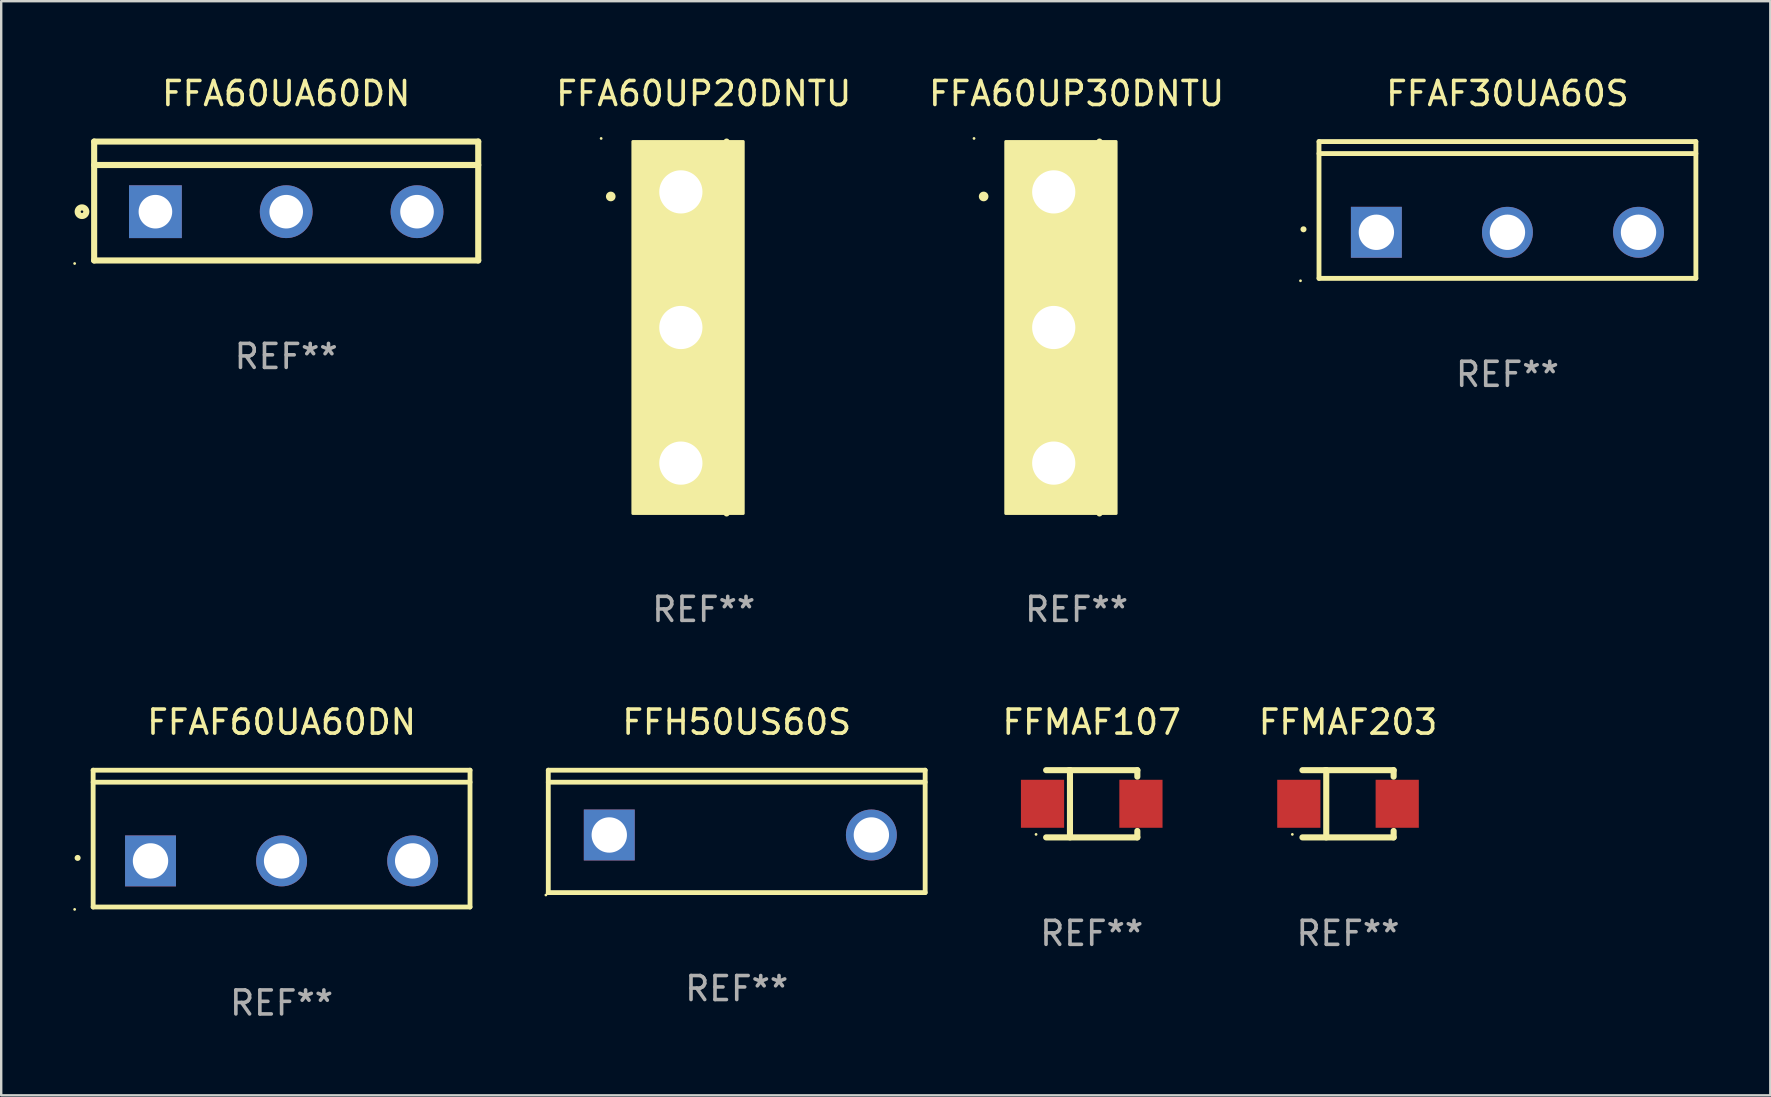
<source format=kicad_pcb>
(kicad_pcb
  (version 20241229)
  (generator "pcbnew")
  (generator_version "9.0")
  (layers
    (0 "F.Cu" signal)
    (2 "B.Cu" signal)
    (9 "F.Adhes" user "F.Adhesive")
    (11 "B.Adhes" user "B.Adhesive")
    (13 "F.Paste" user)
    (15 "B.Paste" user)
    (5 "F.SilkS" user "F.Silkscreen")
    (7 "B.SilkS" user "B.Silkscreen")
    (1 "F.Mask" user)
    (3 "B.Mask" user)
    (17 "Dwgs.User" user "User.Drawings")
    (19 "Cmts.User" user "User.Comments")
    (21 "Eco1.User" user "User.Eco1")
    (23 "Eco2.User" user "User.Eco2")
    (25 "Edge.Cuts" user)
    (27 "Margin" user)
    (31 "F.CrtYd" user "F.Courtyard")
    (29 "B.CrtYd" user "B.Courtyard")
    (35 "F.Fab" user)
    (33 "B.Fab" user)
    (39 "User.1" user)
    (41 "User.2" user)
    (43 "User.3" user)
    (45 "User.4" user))
  (footprint "FFA60UP30DNTU"
    (layer "F.Cu")
    (at 41.806 10.595)
    (property "Reference" "FFA60UP30DNTU" (at 0 -9.747 0) (layer "F.SilkS") (effects (font (size 1 1) (thickness 0.15))))
    (attr through_hole)
    (fp_line (start 0.953 7.747) (end 0.953 -7.747) (stroke (width 0.254) (type solid)) (layer "F.SilkS"))
    (fp_arc (start -3.873508 -5.458471) (mid -3.873512 -5.459741) (end -3.873508 -5.461011) (stroke (width 0.4) (type solid)) (layer "F.SilkS"))
    (fp_circle (center -4.274 -7.877) (end -4.244 -7.877) (stroke (width 0.06) (type solid)) (fill no) (layer "F.SilkS"))
    (fp_poly (pts (xy -2.953 -7.75) (xy 1.647 -7.75) (xy 1.647 7.75) (xy -2.953 7.75)) (stroke (width 0.12) (type solid)) (fill yes) (layer "F.SilkS"))
    (fp_text user "REF**" (at 0 11.747 0) (layer "F.Fab") (effects (font (size 1 1) (thickness 0.15))))
    (pad "1" thru_hole rect (at -0.953 -5.65 270) (size 3 3) (drill 1.8) (layers "*.Cu" "*.Mask"))
    (pad "2" thru_hole circle (at -0.953 0 270) (size 3 3) (drill 1.8) (layers "*.Cu" "*.Mask"))
    (pad "3" thru_hole circle (at -0.953 5.65 270) (size 3 3) (drill 1.8) (layers "*.Cu" "*.Mask")))
  (footprint "FFMAF107"
    (layer "F.Cu")
    (at 42.436 30.439)
    (property "Reference" "FFMAF107" (at 0 -3.4 0) (layer "F.SilkS") (effects (font (size 1 1) (thickness 0.15))))
    (attr through_hole)
    (fp_line (start -1.9 -1.4) (end 1.9 -1.4) (stroke (width 0.254) (type solid)) (layer "F.SilkS"))
    (fp_line (start -1.9 1.4) (end 1.9 1.4) (stroke (width 0.254) (type solid)) (layer "F.SilkS"))
    (fp_line (start -0.954 -1.4) (end -0.907 -1.4) (stroke (width 0.254) (type solid)) (layer "F.SilkS"))
    (fp_line (start -0.907 -1.4) (end -0.907 1.4) (stroke (width 0.254) (type solid)) (layer "F.SilkS"))
    (fp_line (start 1.9 -1.4) (end 1.9 -1.131) (stroke (width 0.254) (type solid)) (layer "F.SilkS"))
    (fp_line (start 1.9 1.131) (end 1.9 1.4) (stroke (width 0.254) (type solid)) (layer "F.SilkS"))
    (fp_circle (center -2.32 1.275) (end -2.29 1.275) (stroke (width 0.06) (type solid)) (fill no) (layer "F.SilkS"))
    (fp_text user "REF**" (at 0 5.4 0) (layer "F.Fab") (effects (font (size 1 1) (thickness 0.15))))
    (pad "1" smd rect (at -2.05 0 180) (size 1.8 2) (layers "F.Cu" "F.Mask" "F.Paste"))
    (pad "2" smd rect (at 2.05 0 180) (size 1.8 2) (layers "F.Cu" "F.Mask" "F.Paste")))
  (footprint "FFAF60UA60DN"
    (layer "F.Cu")
    (at 8.682 31.889)
    (property "Reference" "FFAF60UA60DN" (at 0 -4.85 0) (layer "F.SilkS") (effects (font (size 1 1) (thickness 0.15))))
    (attr through_hole)
    (fp_line (start -7.851 -2.85) (end -7.851 2.85) (stroke (width 0.201) (type solid)) (layer "F.SilkS"))
    (fp_line (start 7.851 -2.85) (end -7.851 -2.85) (stroke (width 0.201) (type solid)) (layer "F.SilkS"))
    (fp_line (start 7.851 -2.35) (end -7.851 -2.35) (stroke (width 0.201) (type solid)) (layer "F.SilkS"))
    (fp_line (start 7.851 2.85) (end -7.851 2.85) (stroke (width 0.201) (type solid)) (layer "F.SilkS"))
    (fp_line (start 7.851 2.85) (end 7.851 -2.85) (stroke (width 0.201) (type solid)) (layer "F.SilkS"))
    (fp_arc (start -8.498857 0.805182) (mid -8.497587 0.805176) (end -8.496317 0.805182) (stroke (width 0.24892) (type solid)) (layer "F.SilkS"))
    (fp_circle (center -8.622 2.95) (end -8.592 2.95) (stroke (width 0.06) (type solid)) (fill no) (layer "F.SilkS"))
    (fp_text user "REF**" (at 0 6.85 0) (layer "F.Fab") (effects (font (size 1 1) (thickness 0.15))))
    (pad "1" thru_hole rect (at -5.461 0.93 90) (size 2.121 2.121) (drill 1.473) (layers "*.Cu" "*.Mask"))
    (pad "2" thru_hole circle (at 0 0.93) (size 2.121 2.121) (drill 1.473) (layers "*.Cu" "*.Mask"))
    (pad "3" thru_hole circle (at 5.461 0.93) (size 2.121 2.121) (drill 1.473) (layers "*.Cu" "*.Mask")))
  (footprint "FFMAF203"
    (layer "F.Cu")
    (at 53.114 30.439)
    (property "Reference" "FFMAF203" (at 0 -3.4 0) (layer "F.SilkS") (effects (font (size 1 1) (thickness 0.15))))
    (attr through_hole)
    (fp_line (start -1.9 -1.4) (end 1.9 -1.4) (stroke (width 0.254) (type solid)) (layer "F.SilkS"))
    (fp_line (start -1.9 1.4) (end 1.9 1.4) (stroke (width 0.254) (type solid)) (layer "F.SilkS"))
    (fp_line (start -0.954 -1.4) (end -0.907 -1.4) (stroke (width 0.254) (type solid)) (layer "F.SilkS"))
    (fp_line (start -0.907 -1.4) (end -0.907 1.4) (stroke (width 0.254) (type solid)) (layer "F.SilkS"))
    (fp_line (start 1.9 -1.4) (end 1.9 -1.131) (stroke (width 0.254) (type solid)) (layer "F.SilkS"))
    (fp_line (start 1.9 1.131) (end 1.9 1.4) (stroke (width 0.254) (type solid)) (layer "F.SilkS"))
    (fp_circle (center -2.32 1.275) (end -2.29 1.275) (stroke (width 0.06) (type solid)) (fill no) (layer "F.SilkS"))
    (fp_text user "REF**" (at 0 5.4 0) (layer "F.Fab") (effects (font (size 1 1) (thickness 0.15))))
    (pad "1" smd rect (at -2.05 0 180) (size 1.8 2) (layers "F.Cu" "F.Mask" "F.Paste"))
    (pad "2" smd rect (at 2.05 0 180) (size 1.8 2) (layers "F.Cu" "F.Mask" "F.Paste")))
  (footprint "FFAF30UA60S"
    (layer "F.Cu")
    (at 59.756 5.698)
    (property "Reference" "FFAF30UA60S" (at 0 -4.85 0) (layer "F.SilkS") (effects (font (size 1 1) (thickness 0.15))))
    (attr through_hole)
    (fp_line (start -7.851 -2.85) (end -7.851 2.85) (stroke (width 0.201) (type solid)) (layer "F.SilkS"))
    (fp_line (start 7.851 -2.85) (end -7.851 -2.85) (stroke (width 0.201) (type solid)) (layer "F.SilkS"))
    (fp_line (start 7.851 -2.35) (end -7.851 -2.35) (stroke (width 0.201) (type solid)) (layer "F.SilkS"))
    (fp_line (start 7.851 2.85) (end -7.851 2.85) (stroke (width 0.201) (type solid)) (layer "F.SilkS"))
    (fp_line (start 7.851 2.85) (end 7.851 -2.85) (stroke (width 0.201) (type solid)) (layer "F.SilkS"))
    (fp_arc (start -8.498857 0.805182) (mid -8.497587 0.805176) (end -8.496317 0.805182) (stroke (width 0.24892) (type solid)) (layer "F.SilkS"))
    (fp_circle (center -8.622 2.95) (end -8.592 2.95) (stroke (width 0.06) (type solid)) (fill no) (layer "F.SilkS"))
    (fp_text user "REF**" (at 0 6.85 0) (layer "F.Fab") (effects (font (size 1 1) (thickness 0.15))))
    (pad "1" thru_hole rect (at -5.461 0.93 90) (size 2.121 2.121) (drill 1.473) (layers "*.Cu" "*.Mask"))
    (pad "2" thru_hole circle (at 0 0.93) (size 2.121 2.121) (drill 1.473) (layers "*.Cu" "*.Mask"))
    (pad "3" thru_hole circle (at 5.461 0.93) (size 2.121 2.121) (drill 1.473) (layers "*.Cu" "*.Mask")))
  (footprint "FFA60UP20DNTU"
    (layer "F.Cu")
    (at 26.27 10.595)
    (property "Reference" "FFA60UP20DNTU" (at 0 -9.747 0) (layer "F.SilkS") (effects (font (size 1 1) (thickness 0.15))))
    (attr through_hole)
    (fp_line (start 0.953 7.747) (end 0.953 -7.747) (stroke (width 0.254) (type solid)) (layer "F.SilkS"))
    (fp_arc (start -3.873508 -5.458471) (mid -3.873512 -5.459741) (end -3.873508 -5.461011) (stroke (width 0.4) (type solid)) (layer "F.SilkS"))
    (fp_circle (center -4.274 -7.877) (end -4.244 -7.877) (stroke (width 0.06) (type solid)) (fill no) (layer "F.SilkS"))
    (fp_poly (pts (xy -2.953 -7.75) (xy 1.647 -7.75) (xy 1.647 7.75) (xy -2.953 7.75)) (stroke (width 0.12) (type solid)) (fill yes) (layer "F.SilkS"))
    (fp_text user "REF**" (at 0 11.747 0) (layer "F.Fab") (effects (font (size 1 1) (thickness 0.15))))
    (pad "1" thru_hole rect (at -0.953 -5.65 270) (size 3 3) (drill 1.8) (layers "*.Cu" "*.Mask"))
    (pad "2" thru_hole circle (at -0.953 0 270) (size 3 3) (drill 1.8) (layers "*.Cu" "*.Mask"))
    (pad "3" thru_hole circle (at -0.953 5.65 270) (size 3 3) (drill 1.8) (layers "*.Cu" "*.Mask")))
  (footprint "FFH50US60S"
    (layer "F.Cu")
    (at 27.645 31.589)
    (property "Reference" "FFH50US60S" (at 0 -4.55 0) (layer "F.SilkS") (effects (font (size 1 1) (thickness 0.15))))
    (attr through_hole)
    (fp_line (start -7.851 -2.55) (end 7.851 -2.55) (stroke (width 0.201) (type solid)) (layer "F.SilkS"))
    (fp_line (start -7.851 -2.05) (end 7.851 -2.05) (stroke (width 0.201) (type solid)) (layer "F.SilkS"))
    (fp_line (start -7.851 2.55) (end -7.851 -2.55) (stroke (width 0.201) (type solid)) (layer "F.SilkS"))
    (fp_line (start 7.851 -2.55) (end 7.851 2.55) (stroke (width 0.201) (type solid)) (layer "F.SilkS"))
    (fp_line (start 7.851 2.55) (end -7.851 2.55) (stroke (width 0.201) (type solid)) (layer "F.SilkS"))
    (fp_circle (center -7.951 2.65) (end -7.921 2.65) (stroke (width 0.06) (type solid)) (fill no) (layer "F.SilkS"))
    (fp_text user "REF**" (at 0 6.55 0) (layer "F.Fab") (effects (font (size 1 1) (thickness 0.15))))
    (pad "1" thru_hole rect (at -5.31 0.15) (size 2.121 2.121) (drill 1.473) (layers "*.Cu" "*.Mask"))
    (pad "3" thru_hole circle (at 5.61 0.15) (size 2.121 2.121) (drill 1.473) (layers "*.Cu" "*.Mask")))
  (footprint "FFA60UA60DN"
    (layer "F.Cu")
    (at 8.874 5.325)
    (property "Reference" "FFA60UA60DN" (at 0 -4.477 0) (layer "F.SilkS") (effects (font (size 1 1) (thickness 0.15))))
    (attr through_hole)
    (fp_line (start -8.001 -2.477) (end 8.001 -2.477) (stroke (width 0.254) (type solid)) (layer "F.SilkS"))
    (fp_line (start -8.001 2.477) (end -8.001 -2.477) (stroke (width 0.254) (type solid)) (layer "F.SilkS"))
    (fp_line (start -7.999 -1.5) (end 8.001 -1.5) (stroke (width 0.254) (type solid)) (layer "F.SilkS"))
    (fp_line (start 8.001 -2.477) (end 8.001 2.477) (stroke (width 0.254) (type solid)) (layer "F.SilkS"))
    (fp_line (start 8.001 2.477) (end -8.001 2.477) (stroke (width 0.254) (type solid)) (layer "F.SilkS"))
    (fp_circle (center -8.814 2.604) (end -8.784 2.604) (stroke (width 0.06) (type solid)) (fill no) (layer "F.SilkS"))
    (fp_circle (center -8.508 0.445) (end -8.328 0.445) (stroke (width 0.254) (type solid)) (fill no) (layer "F.SilkS"))
    (fp_text user "REF**" (at 0 6.477 0) (layer "F.Fab") (effects (font (size 1 1) (thickness 0.15))))
    (pad "1" thru_hole rect (at -5.449 0.445) (size 2.2 2.2) (drill 1.4) (layers "*.Cu" "*.Mask"))
    (pad "2" thru_hole circle (at 0.001 0.445) (size 2.2 2.2) (drill 1.4) (layers "*.Cu" "*.Mask"))
    (pad "3" thru_hole circle (at 5.451 0.445) (size 2.2 2.2) (drill 1.4) (layers "*.Cu" "*.Mask")))
  (gr_rect
    (start -3 -3)
    (end 70.708 42.587)
    (stroke (width 0.1) (type default))
    (fill no)
    (layer "Edge.Cuts")))
</source>
